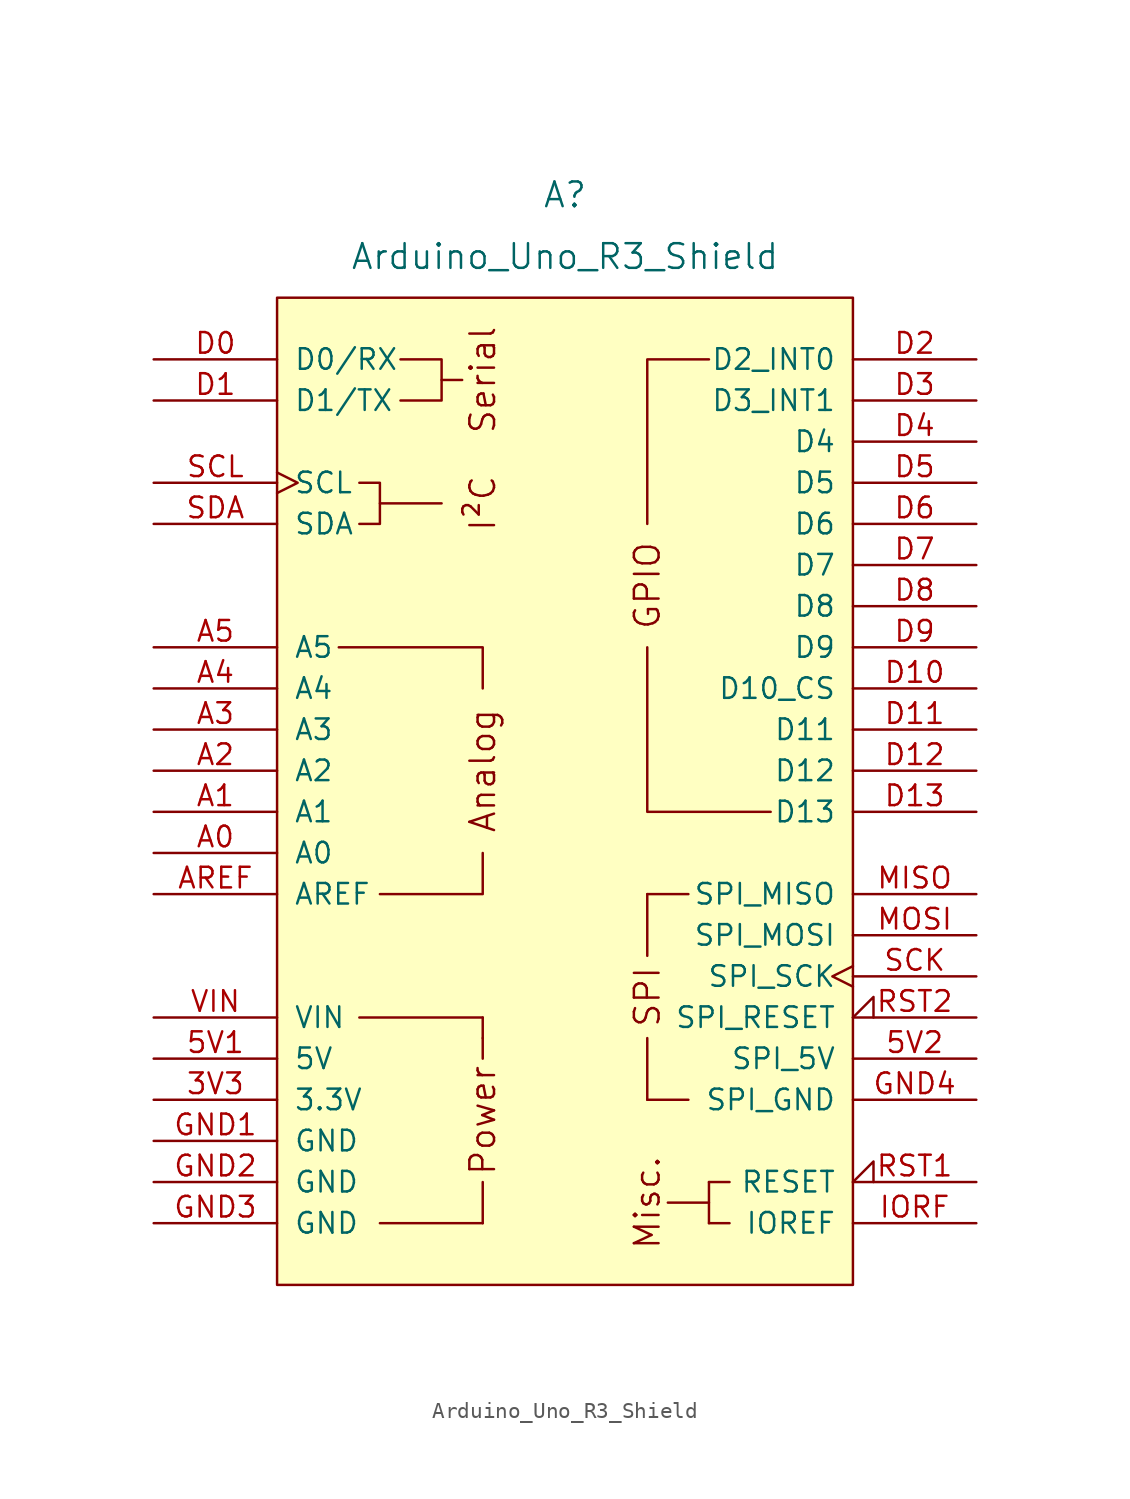
<source format=kicad_sym>
(kicad_symbol_lib
  (version 20220914)
  (generator kicad_symbol_editor)
  (symbol "Arduino_Uno_R3_Shield"
    (pin_names
      (offset 1.016))
    (property "Reference" "A"
      (at 0 36.83 0)
      (effects (font (size 1.524 1.524))))
    (property "Value" "Arduino_Uno_R3_Shield"
      (at 0 33.02 0)
      (effects (font (size 1.524 1.524))))
    (symbol "Arduino_Uno_R3_Shield_0_0"
      (rectangle (start -17.78 30.48) (end 17.78 -30.48) (stroke (width 0) (type default)) (fill (type background)))
      (rectangle (start -12.7 -13.97) (end -5.08 -13.97) (stroke (width 0) (type default)) (fill (type none)))
      (rectangle (start -11.43 -26.67) (end -5.08 -26.67) (stroke (width 0) (type default)) (fill (type none)))
      (polyline (pts (xy -11.43 17.78) (xy -7.62 17.78)) (stroke (width 0) (type default)) (fill (type none)))
      (polyline (pts (xy -7.62 25.4) (xy -6.35 25.4)) (stroke (width 0) (type default)) (fill (type none)))
      (polyline (pts (xy -5.08 -26.67) (xy -5.08 -24.13)) (stroke (width 0) (type default)) (fill (type none)))
      (polyline (pts (xy -5.08 -15.24) (xy -5.08 -16.51)) (stroke (width 0) (type default)) (fill (type none)))
      (polyline (pts (xy -5.08 -13.97) (xy -5.08 -15.24)) (stroke (width 0) (type default)) (fill (type none)))
      (polyline (pts (xy -5.08 -3.81) (xy -5.08 -6.35) (xy -11.43 -6.35)) (stroke (width 0) (type default)) (fill (type none)))
      (polyline (pts (xy -5.08 6.35) (xy -5.08 8.89) (xy -13.97 8.89)) (stroke (width 0) (type default)) (fill (type none)))
      (polyline (pts (xy 5.08 8.89) (xy 5.08 -1.27) (xy 12.7 -1.27)) (stroke (width 0) (type default)) (fill (type none)))
      (polyline (pts (xy 5.08 16.51) (xy 5.08 26.67) (xy 8.89 26.67)) (stroke (width 0) (type default)) (fill (type none)))
      (polyline (pts (xy -12.7 19.05) (xy -11.43 19.05) (xy -11.43 16.51) (xy -12.7 16.51)) (stroke (width 0) (type default)) (fill (type none)))
      (polyline (pts (xy -10.16 26.67) (xy -7.62 26.67) (xy -7.62 24.13) (xy -10.16 24.13)) (stroke (width 0) (type default)) (fill (type none)))
      (rectangle (start 5.08 -19.05) (end 5.08 -15.24) (stroke (width 0) (type default)) (fill (type none)))
      (rectangle (start 5.08 -19.05) (end 7.62 -19.05) (stroke (width 0) (type default)) (fill (type none)))
      (rectangle (start 5.08 -10.16) (end 5.08 -6.35) (stroke (width 0) (type default)) (fill (type none)))
      (rectangle (start 7.62 -6.35) (end 5.08 -6.35) (stroke (width 0) (type default)) (fill (type none)))
      (rectangle (start 8.89 -25.4) (end 6.35 -25.4) (stroke (width 0) (type default)) (fill (type none)))
      (rectangle (start 8.89 -24.13) (end 8.89 -26.67) (stroke (width 0) (type default)) (fill (type none)))
      (rectangle (start 10.16 -26.67) (end 8.89 -26.67) (stroke (width 0) (type default)) (fill (type none)))
      (rectangle (start 10.16 -24.13) (end 8.89 -24.13) (stroke (width 0) (type default)) (fill (type none)))
      (text "Analog" (at -5.08 1.27 900) (effects (font (size 1.524 1.524))))
      (text "I²C" (at -5.08 17.78 900) (effects (font (size 1.524 1.524))))
      (text "Misc." (at 5.08 -25.4 900) (effects (font (size 1.524 1.524))))
      (text "Power" (at -5.08 -20.32 900) (effects (font (size 1.524 1.524))))
      (text "Serial" (at -5.08 25.4 900) (effects (font (size 1.524 1.524))))
      (text "SPI" (at 5.08 -12.7 900) (effects (font (size 1.524 1.524)))))
    (symbol "Arduino_Uno_R3_Shield_1_0"
      (text "GPIO" (at 5.08 12.7 900) (effects (font (size 1.524 1.524)))))
    (symbol "Arduino_Uno_R3_Shield_1_1"
      (pin power_out line (at -25.4 -19.05 0) (length 7.62) (name "3.3V" (effects (font (size 1.27 1.27)))) (number "3V3" (effects (font (size 1.27 1.27)))))
      (pin power_in line (at -25.4 -16.51 0) (length 7.62) (name "5V" (effects (font (size 1.27 1.27)))) (number "5V1" (effects (font (size 1.27 1.27)))))
      (pin power_in line (at 25.4 -16.51 180) (length 7.62) (name "SPI_5V" (effects (font (size 1.27 1.27)))) (number "5V2" (effects (font (size 1.27 1.27)))))
      (pin bidirectional line (at -25.4 -3.81 0) (length 7.62) (name "A0" (effects (font (size 1.27 1.27)))) (number "A0" (effects (font (size 1.27 1.27)))))
      (pin bidirectional line (at -25.4 -1.27 0) (length 7.62) (name "A1" (effects (font (size 1.27 1.27)))) (number "A1" (effects (font (size 1.27 1.27)))))
      (pin bidirectional line (at -25.4 1.27 0) (length 7.62) (name "A2" (effects (font (size 1.27 1.27)))) (number "A2" (effects (font (size 1.27 1.27)))))
      (pin bidirectional line (at -25.4 3.81 0) (length 7.62) (name "A3" (effects (font (size 1.27 1.27)))) (number "A3" (effects (font (size 1.27 1.27)))))
      (pin bidirectional line (at -25.4 6.35 0) (length 7.62) (name "A4" (effects (font (size 1.27 1.27)))) (number "A4" (effects (font (size 1.27 1.27)))))
      (pin bidirectional line (at -25.4 8.89 0) (length 7.62) (name "A5" (effects (font (size 1.27 1.27)))) (number "A5" (effects (font (size 1.27 1.27)))))
      (pin input line (at -25.4 -6.35 0) (length 7.62) (name "AREF" (effects (font (size 1.27 1.27)))) (number "AREF" (effects (font (size 1.27 1.27)))))
      (pin bidirectional line (at -25.4 26.67 0) (length 7.62) (name "D0/RX" (effects (font (size 1.27 1.27)))) (number "D0" (effects (font (size 1.27 1.27)))))
      (pin bidirectional line (at -25.4 24.13 0) (length 7.62) (name "D1/TX" (effects (font (size 1.27 1.27)))) (number "D1" (effects (font (size 1.27 1.27)))))
      (pin bidirectional line (at 25.4 6.35 180) (length 7.62) (name "D10_CS" (effects (font (size 1.27 1.27)))) (number "D10" (effects (font (size 1.27 1.27)))))
      (pin bidirectional line (at 25.4 3.81 180) (length 7.62) (name "D11" (effects (font (size 1.27 1.27)))) (number "D11" (effects (font (size 1.27 1.27)))))
      (pin bidirectional line (at 25.4 1.27 180) (length 7.62) (name "D12" (effects (font (size 1.27 1.27)))) (number "D12" (effects (font (size 1.27 1.27)))))
      (pin bidirectional line (at 25.4 -1.27 180) (length 7.62) (name "D13" (effects (font (size 1.27 1.27)))) (number "D13" (effects (font (size 1.27 1.27)))))
      (pin bidirectional line (at 25.4 26.67 180) (length 7.62) (name "D2_INT0" (effects (font (size 1.27 1.27)))) (number "D2" (effects (font (size 1.27 1.27)))))
      (pin bidirectional line (at 25.4 24.13 180) (length 7.62) (name "D3_INT1" (effects (font (size 1.27 1.27)))) (number "D3" (effects (font (size 1.27 1.27)))))
      (pin bidirectional line (at 25.4 21.59 180) (length 7.62) (name "D4" (effects (font (size 1.27 1.27)))) (number "D4" (effects (font (size 1.27 1.27)))))
      (pin bidirectional line (at 25.4 19.05 180) (length 7.62) (name "D5" (effects (font (size 1.27 1.27)))) (number "D5" (effects (font (size 1.27 1.27)))))
      (pin bidirectional line (at 25.4 16.51 180) (length 7.62) (name "D6" (effects (font (size 1.27 1.27)))) (number "D6" (effects (font (size 1.27 1.27)))))
      (pin bidirectional line (at 25.4 13.97 180) (length 7.62) (name "D7" (effects (font (size 1.27 1.27)))) (number "D7" (effects (font (size 1.27 1.27)))))
      (pin bidirectional line (at 25.4 11.43 180) (length 7.62) (name "D8" (effects (font (size 1.27 1.27)))) (number "D8" (effects (font (size 1.27 1.27)))))
      (pin bidirectional line (at 25.4 8.89 180) (length 7.62) (name "D9" (effects (font (size 1.27 1.27)))) (number "D9" (effects (font (size 1.27 1.27)))))
      (pin power_in line (at -25.4 -21.59 0) (length 7.62) (name "GND" (effects (font (size 1.27 1.27)))) (number "GND1" (effects (font (size 1.27 1.27)))))
      (pin power_in line (at -25.4 -24.13 0) (length 7.62) (name "GND" (effects (font (size 1.27 1.27)))) (number "GND2" (effects (font (size 1.27 1.27)))))
      (pin power_in line (at -25.4 -26.67 0) (length 7.62) (name "GND" (effects (font (size 1.27 1.27)))) (number "GND3" (effects (font (size 1.27 1.27)))))
      (pin power_in line (at 25.4 -19.05 180) (length 7.62) (name "SPI_GND" (effects (font (size 1.27 1.27)))) (number "GND4" (effects (font (size 1.27 1.27)))))
      (pin output line (at 25.4 -26.67 180) (length 7.62) (name "IOREF" (effects (font (size 1.27 1.27)))) (number "IORF" (effects (font (size 1.27 1.27)))))
      (pin input line (at 25.4 -6.35 180) (length 7.62) (name "SPI_MISO" (effects (font (size 1.27 1.27)))) (number "MISO" (effects (font (size 1.27 1.27)))))
      (pin output line (at 25.4 -8.89 180) (length 7.62) (name "SPI_MOSI" (effects (font (size 1.27 1.27)))) (number "MOSI" (effects (font (size 1.27 1.27)))))
      (pin open_collector input_low (at 25.4 -24.13 180) (length 7.62) (name "RESET" (effects (font (size 1.27 1.27)))) (number "RST1" (effects (font (size 1.27 1.27)))))
      (pin open_collector input_low (at 25.4 -13.97 180) (length 7.62) (name "SPI_RESET" (effects (font (size 1.27 1.27)))) (number "RST2" (effects (font (size 1.27 1.27)))))
      (pin output clock (at 25.4 -11.43 180) (length 7.62) (name "SPI_SCK" (effects (font (size 1.27 1.27)))) (number "SCK" (effects (font (size 1.27 1.27)))))
      (pin bidirectional clock (at -25.4 19.05 0) (length 7.62) (name "SCL" (effects (font (size 1.27 1.27)))) (number "SCL" (effects (font (size 1.27 1.27)))))
      (pin bidirectional line (at -25.4 16.51 0) (length 7.62) (name "SDA" (effects (font (size 1.27 1.27)))) (number "SDA" (effects (font (size 1.27 1.27)))))
      (pin power_in line (at -25.4 -13.97 0) (length 7.62) (name "VIN" (effects (font (size 1.27 1.27)))) (number "VIN" (effects (font (size 1.27 1.27))))))))
</source>
